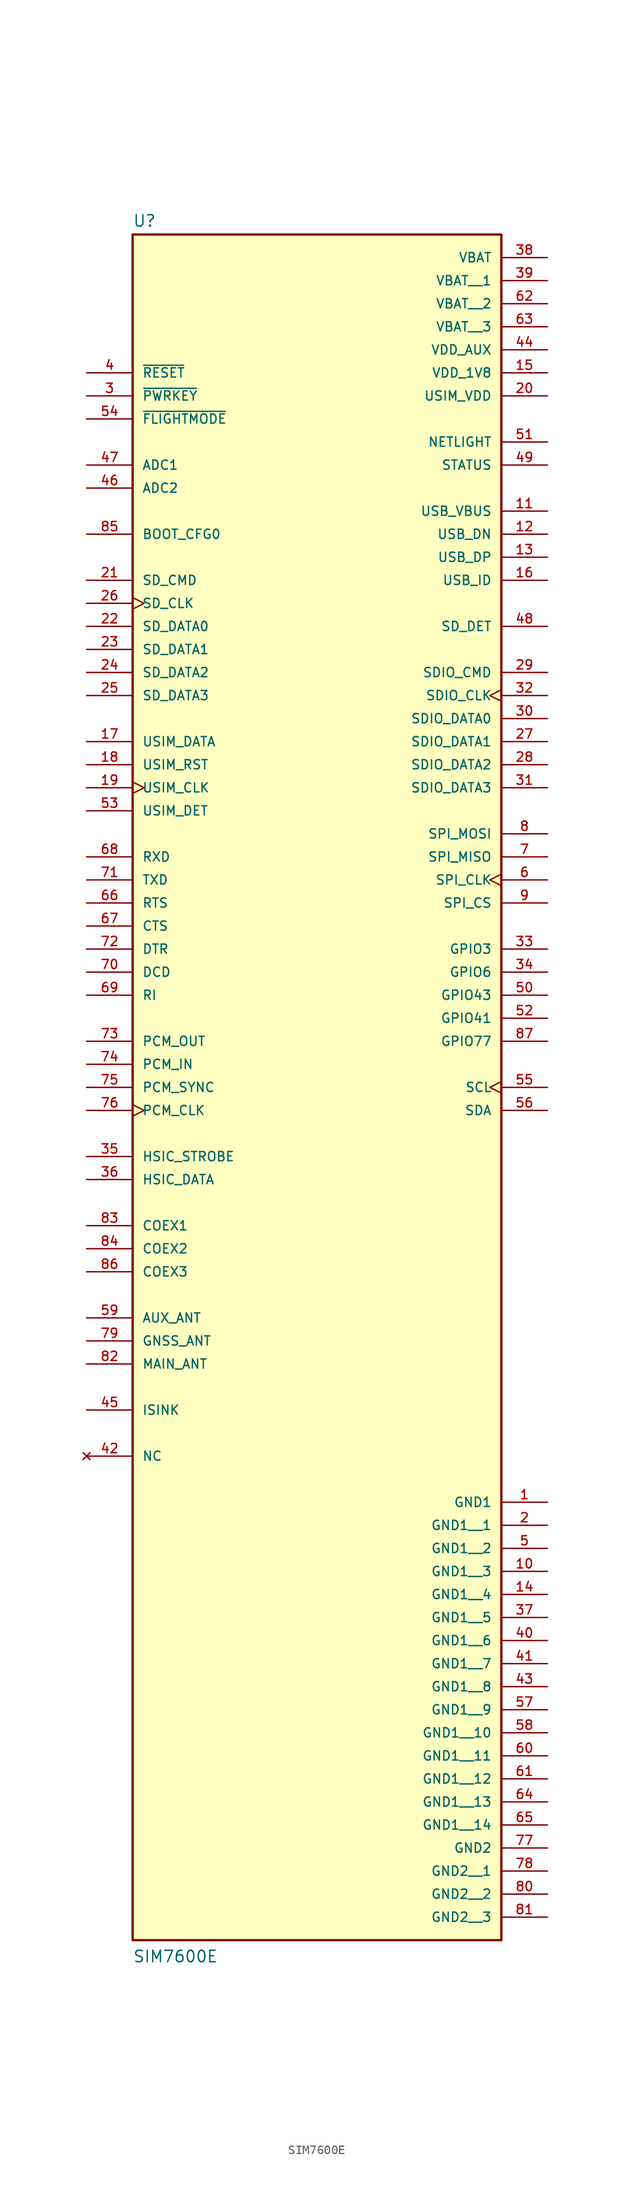
<source format=kicad_sym>
(kicad_symbol_lib
  (version 20211014)
  (generator kicad_symbol_editor)
  (symbol "SIM7600E"
    (pin_names
      (offset 1.016))
    (property "Reference" "U"
      (at -20.32 69.342 0)
      (effects (font (size 1.27 1.27)) (justify bottom left)))
    (property "Value" "SIM7600E"
      (at -20.32 -121.92 0)
      (effects (font (size 1.27 1.27)) (justify bottom left)))
    (symbol "SIM7600E_0_0"
      (rectangle (start -20.32 -119.38) (end 20.32 68.58) (stroke (width 0.254)) (fill (type background)))
      (pin power_in line (at 25.4 -109.22 180.0) (length 5.08) (name "GND2" (effects (font (size 1.016 1.016)))) (number "77" (effects (font (size 1.016 1.016)))))
      (pin power_in line (at 25.4 50.8 180.0) (length 5.08) (name "USIM_VDD" (effects (font (size 1.016 1.016)))) (number "20" (effects (font (size 1.016 1.016)))))
      (pin power_in line (at 25.4 66.04 180.0) (length 5.08) (name "VBAT" (effects (font (size 1.016 1.016)))) (number "38" (effects (font (size 1.016 1.016)))))
      (pin power_in line (at 25.4 53.34 180.0) (length 5.08) (name "VDD_1V8" (effects (font (size 1.016 1.016)))) (number "15" (effects (font (size 1.016 1.016)))))
      (pin power_in line (at 25.4 55.88 180.0) (length 5.08) (name "VDD_AUX" (effects (font (size 1.016 1.016)))) (number "44" (effects (font (size 1.016 1.016)))))
      (pin input line (at -25.4 43.18 0) (length 5.08) (name "ADC1" (effects (font (size 1.016 1.016)))) (number "47" (effects (font (size 1.016 1.016)))))
      (pin input line (at -25.4 40.64 0) (length 5.08) (name "ADC2" (effects (font (size 1.016 1.016)))) (number "46" (effects (font (size 1.016 1.016)))))
      (pin input line (at -25.4 -50.8 0) (length 5.08) (name "AUX_ANT" (effects (font (size 1.016 1.016)))) (number "59" (effects (font (size 1.016 1.016)))))
      (pin input line (at -25.4 35.56 0) (length 5.08) (name "BOOT_CFG0" (effects (font (size 1.016 1.016)))) (number "85" (effects (font (size 1.016 1.016)))))
      (pin input line (at -25.4 -7.62 0) (length 5.08) (name "CTS" (effects (font (size 1.016 1.016)))) (number "67" (effects (font (size 1.016 1.016)))))
      (pin input line (at -25.4 -10.16 0) (length 5.08) (name "DTR" (effects (font (size 1.016 1.016)))) (number "72" (effects (font (size 1.016 1.016)))))
      (pin input line (at -25.4 48.26 0) (length 5.08) (name "~{FLIGHTMODE}" (effects (font (size 1.016 1.016)))) (number "54" (effects (font (size 1.016 1.016)))))
      (pin input line (at -25.4 -53.34 0) (length 5.08) (name "GNSS_ANT" (effects (font (size 1.016 1.016)))) (number "79" (effects (font (size 1.016 1.016)))))
      (pin input line (at -25.4 -60.96 0) (length 5.08) (name "ISINK" (effects (font (size 1.016 1.016)))) (number "45" (effects (font (size 1.016 1.016)))))
      (pin input line (at -25.4 -22.86 0) (length 5.08) (name "PCM_IN" (effects (font (size 1.016 1.016)))) (number "74" (effects (font (size 1.016 1.016)))))
      (pin input line (at -25.4 50.8 0) (length 5.08) (name "~{PWRKEY}" (effects (font (size 1.016 1.016)))) (number "3" (effects (font (size 1.016 1.016)))))
      (pin input line (at -25.4 53.34 0) (length 5.08) (name "~{RESET}" (effects (font (size 1.016 1.016)))) (number "4" (effects (font (size 1.016 1.016)))))
      (pin input line (at -25.4 0.0 0) (length 5.08) (name "RXD" (effects (font (size 1.016 1.016)))) (number "68" (effects (font (size 1.016 1.016)))))
      (pin input line (at 25.4 0.0 180.0) (length 5.08) (name "SPI_MISO" (effects (font (size 1.016 1.016)))) (number "7" (effects (font (size 1.016 1.016)))))
      (pin input line (at 25.4 30.48 180.0) (length 5.08) (name "USB_ID" (effects (font (size 1.016 1.016)))) (number "16" (effects (font (size 1.016 1.016)))))
      (pin input line (at 25.4 38.1 180.0) (length 5.08) (name "USB_VBUS" (effects (font (size 1.016 1.016)))) (number "11" (effects (font (size 1.016 1.016)))))
      (pin bidirectional line (at -25.4 -40.64 0) (length 5.08) (name "COEX1" (effects (font (size 1.016 1.016)))) (number "83" (effects (font (size 1.016 1.016)))))
      (pin bidirectional line (at -25.4 -43.18 0) (length 5.08) (name "COEX2" (effects (font (size 1.016 1.016)))) (number "84" (effects (font (size 1.016 1.016)))))
      (pin bidirectional line (at -25.4 -45.72 0) (length 5.08) (name "COEX3" (effects (font (size 1.016 1.016)))) (number "86" (effects (font (size 1.016 1.016)))))
      (pin bidirectional line (at 25.4 -10.16 180.0) (length 5.08) (name "GPIO3" (effects (font (size 1.016 1.016)))) (number "33" (effects (font (size 1.016 1.016)))))
      (pin bidirectional line (at 25.4 -17.78 180.0) (length 5.08) (name "GPIO41" (effects (font (size 1.016 1.016)))) (number "52" (effects (font (size 1.016 1.016)))))
      (pin bidirectional line (at 25.4 -15.24 180.0) (length 5.08) (name "GPIO43" (effects (font (size 1.016 1.016)))) (number "50" (effects (font (size 1.016 1.016)))))
      (pin bidirectional line (at 25.4 -12.7 180.0) (length 5.08) (name "GPIO6" (effects (font (size 1.016 1.016)))) (number "34" (effects (font (size 1.016 1.016)))))
      (pin bidirectional line (at 25.4 -20.32 180.0) (length 5.08) (name "GPIO77" (effects (font (size 1.016 1.016)))) (number "87" (effects (font (size 1.016 1.016)))))
      (pin bidirectional line (at -25.4 -35.56 0) (length 5.08) (name "HSIC_DATA" (effects (font (size 1.016 1.016)))) (number "36" (effects (font (size 1.016 1.016)))))
      (pin bidirectional line (at -25.4 -55.88 0) (length 5.08) (name "MAIN_ANT" (effects (font (size 1.016 1.016)))) (number "82" (effects (font (size 1.016 1.016)))))
      (pin bidirectional line (at -25.4 25.4 0) (length 5.08) (name "SD_DATA0" (effects (font (size 1.016 1.016)))) (number "22" (effects (font (size 1.016 1.016)))))
      (pin bidirectional line (at -25.4 22.86 0) (length 5.08) (name "SD_DATA1" (effects (font (size 1.016 1.016)))) (number "23" (effects (font (size 1.016 1.016)))))
      (pin output line (at -25.4 -12.7 0) (length 5.08) (name "DCD" (effects (font (size 1.016 1.016)))) (number "70" (effects (font (size 1.016 1.016)))))
      (pin output line (at -25.4 -33.02 0) (length 5.08) (name "HSIC_STROBE" (effects (font (size 1.016 1.016)))) (number "35" (effects (font (size 1.016 1.016)))))
      (pin output line (at 25.4 45.72 180.0) (length 5.08) (name "NETLIGHT" (effects (font (size 1.016 1.016)))) (number "51" (effects (font (size 1.016 1.016)))))
      (pin output clock (at -25.4 -27.94 0) (length 5.08) (name "PCM_CLK" (effects (font (size 1.016 1.016)))) (number "76" (effects (font (size 1.016 1.016)))))
      (pin output line (at -25.4 -20.32 0) (length 5.08) (name "PCM_OUT" (effects (font (size 1.016 1.016)))) (number "73" (effects (font (size 1.016 1.016)))))
      (pin output line (at -25.4 -25.4 0) (length 5.08) (name "PCM_SYNC" (effects (font (size 1.016 1.016)))) (number "75" (effects (font (size 1.016 1.016)))))
      (pin output line (at -25.4 -15.24 0) (length 5.08) (name "RI" (effects (font (size 1.016 1.016)))) (number "69" (effects (font (size 1.016 1.016)))))
      (pin output line (at -25.4 -5.08 0) (length 5.08) (name "RTS" (effects (font (size 1.016 1.016)))) (number "66" (effects (font (size 1.016 1.016)))))
      (pin output clock (at 25.4 -25.4 180.0) (length 5.08) (name "SCL" (effects (font (size 1.016 1.016)))) (number "55" (effects (font (size 1.016 1.016)))))
      (pin output clock (at -25.4 27.94 0) (length 5.08) (name "SD_CLK" (effects (font (size 1.016 1.016)))) (number "26" (effects (font (size 1.016 1.016)))))
      (pin output line (at -25.4 30.48 0) (length 5.08) (name "SD_CMD" (effects (font (size 1.016 1.016)))) (number "21" (effects (font (size 1.016 1.016)))))
      (pin output clock (at 25.4 17.78 180.0) (length 5.08) (name "SDIO_CLK" (effects (font (size 1.016 1.016)))) (number "32" (effects (font (size 1.016 1.016)))))
      (pin output line (at 25.4 20.32 180.0) (length 5.08) (name "SDIO_CMD" (effects (font (size 1.016 1.016)))) (number "29" (effects (font (size 1.016 1.016)))))
      (pin output clock (at 25.4 -2.54 180.0) (length 5.08) (name "SPI_CLK" (effects (font (size 1.016 1.016)))) (number "6" (effects (font (size 1.016 1.016)))))
      (pin output line (at 25.4 -5.08 180.0) (length 5.08) (name "SPI_CS" (effects (font (size 1.016 1.016)))) (number "9" (effects (font (size 1.016 1.016)))))
      (pin output line (at 25.4 2.54 180.0) (length 5.08) (name "SPI_MOSI" (effects (font (size 1.016 1.016)))) (number "8" (effects (font (size 1.016 1.016)))))
      (pin output line (at 25.4 43.18 180.0) (length 5.08) (name "STATUS" (effects (font (size 1.016 1.016)))) (number "49" (effects (font (size 1.016 1.016)))))
      (pin output line (at -25.4 -2.54 0) (length 5.08) (name "TXD" (effects (font (size 1.016 1.016)))) (number "71" (effects (font (size 1.016 1.016)))))
      (pin output clock (at -25.4 7.62 0) (length 5.08) (name "USIM_CLK" (effects (font (size 1.016 1.016)))) (number "19" (effects (font (size 1.016 1.016)))))
      (pin output line (at -25.4 10.16 0) (length 5.08) (name "USIM_RST" (effects (font (size 1.016 1.016)))) (number "18" (effects (font (size 1.016 1.016)))))
      (pin bidirectional line (at -25.4 20.32 0) (length 5.08) (name "SD_DATA2" (effects (font (size 1.016 1.016)))) (number "24" (effects (font (size 1.016 1.016)))))
      (pin bidirectional line (at -25.4 17.78 0) (length 5.08) (name "SD_DATA3" (effects (font (size 1.016 1.016)))) (number "25" (effects (font (size 1.016 1.016)))))
      (pin bidirectional line (at 25.4 25.4 180.0) (length 5.08) (name "SD_DET" (effects (font (size 1.016 1.016)))) (number "48" (effects (font (size 1.016 1.016)))))
      (pin bidirectional line (at 25.4 -27.94 180.0) (length 5.08) (name "SDA" (effects (font (size 1.016 1.016)))) (number "56" (effects (font (size 1.016 1.016)))))
      (pin bidirectional line (at 25.4 15.24 180.0) (length 5.08) (name "SDIO_DATA0" (effects (font (size 1.016 1.016)))) (number "30" (effects (font (size 1.016 1.016)))))
      (pin bidirectional line (at 25.4 12.7 180.0) (length 5.08) (name "SDIO_DATA1" (effects (font (size 1.016 1.016)))) (number "27" (effects (font (size 1.016 1.016)))))
      (pin bidirectional line (at 25.4 10.16 180.0) (length 5.08) (name "SDIO_DATA2" (effects (font (size 1.016 1.016)))) (number "28" (effects (font (size 1.016 1.016)))))
      (pin bidirectional line (at 25.4 7.62 180.0) (length 5.08) (name "SDIO_DATA3" (effects (font (size 1.016 1.016)))) (number "31" (effects (font (size 1.016 1.016)))))
      (pin bidirectional line (at 25.4 35.56 180.0) (length 5.08) (name "USB_DN" (effects (font (size 1.016 1.016)))) (number "12" (effects (font (size 1.016 1.016)))))
      (pin bidirectional line (at 25.4 33.02 180.0) (length 5.08) (name "USB_DP" (effects (font (size 1.016 1.016)))) (number "13" (effects (font (size 1.016 1.016)))))
      (pin bidirectional line (at -25.4 12.7 0) (length 5.08) (name "USIM_DATA" (effects (font (size 1.016 1.016)))) (number "17" (effects (font (size 1.016 1.016)))))
      (pin bidirectional line (at -25.4 5.08 0) (length 5.08) (name "USIM_DET" (effects (font (size 1.016 1.016)))) (number "53" (effects (font (size 1.016 1.016)))))
      (pin no_connect line (at -25.4 -66.04 0) (length 5.08) (name "NC" (effects (font (size 1.016 1.016)))) (number "42" (effects (font (size 1.016 1.016)))))
      (pin power_in line (at 25.4 -71.12 180.0) (length 5.08) (name "GND1" (effects (font (size 1.016 1.016)))) (number "1" (effects (font (size 1.016 1.016)))))
      (pin power_in line (at 25.4 63.5 180.0) (length 5.08) (name "VBAT__1" (effects (font (size 1.016 1.016)))) (number "39" (effects (font (size 1.016 1.016)))))
      (pin power_in line (at 25.4 60.96 180.0) (length 5.08) (name "VBAT__2" (effects (font (size 1.016 1.016)))) (number "62" (effects (font (size 1.016 1.016)))))
      (pin power_in line (at 25.4 58.42 180.0) (length 5.08) (name "VBAT__3" (effects (font (size 1.016 1.016)))) (number "63" (effects (font (size 1.016 1.016)))))
      (pin power_in line (at 25.4 -73.66 180.0) (length 5.08) (name "GND1__1" (effects (font (size 1.016 1.016)))) (number "2" (effects (font (size 1.016 1.016)))))
      (pin power_in line (at 25.4 -76.2 180.0) (length 5.08) (name "GND1__2" (effects (font (size 1.016 1.016)))) (number "5" (effects (font (size 1.016 1.016)))))
      (pin power_in line (at 25.4 -78.74 180.0) (length 5.08) (name "GND1__3" (effects (font (size 1.016 1.016)))) (number "10" (effects (font (size 1.016 1.016)))))
      (pin power_in line (at 25.4 -81.28 180.0) (length 5.08) (name "GND1__4" (effects (font (size 1.016 1.016)))) (number "14" (effects (font (size 1.016 1.016)))))
      (pin power_in line (at 25.4 -83.82 180.0) (length 5.08) (name "GND1__5" (effects (font (size 1.016 1.016)))) (number "37" (effects (font (size 1.016 1.016)))))
      (pin power_in line (at 25.4 -86.36 180.0) (length 5.08) (name "GND1__6" (effects (font (size 1.016 1.016)))) (number "40" (effects (font (size 1.016 1.016)))))
      (pin power_in line (at 25.4 -88.9 180.0) (length 5.08) (name "GND1__7" (effects (font (size 1.016 1.016)))) (number "41" (effects (font (size 1.016 1.016)))))
      (pin power_in line (at 25.4 -91.44 180.0) (length 5.08) (name "GND1__8" (effects (font (size 1.016 1.016)))) (number "43" (effects (font (size 1.016 1.016)))))
      (pin power_in line (at 25.4 -93.98 180.0) (length 5.08) (name "GND1__9" (effects (font (size 1.016 1.016)))) (number "57" (effects (font (size 1.016 1.016)))))
      (pin power_in line (at 25.4 -96.52 180.0) (length 5.08) (name "GND1__10" (effects (font (size 1.016 1.016)))) (number "58" (effects (font (size 1.016 1.016)))))
      (pin power_in line (at 25.4 -99.06 180.0) (length 5.08) (name "GND1__11" (effects (font (size 1.016 1.016)))) (number "60" (effects (font (size 1.016 1.016)))))
      (pin power_in line (at 25.4 -101.6 180.0) (length 5.08) (name "GND1__12" (effects (font (size 1.016 1.016)))) (number "61" (effects (font (size 1.016 1.016)))))
      (pin power_in line (at 25.4 -104.14 180.0) (length 5.08) (name "GND1__13" (effects (font (size 1.016 1.016)))) (number "64" (effects (font (size 1.016 1.016)))))
      (pin power_in line (at 25.4 -106.68 180.0) (length 5.08) (name "GND1__14" (effects (font (size 1.016 1.016)))) (number "65" (effects (font (size 1.016 1.016)))))
      (pin power_in line (at 25.4 -111.76 180.0) (length 5.08) (name "GND2__1" (effects (font (size 1.016 1.016)))) (number "78" (effects (font (size 1.016 1.016)))))
      (pin power_in line (at 25.4 -114.3 180.0) (length 5.08) (name "GND2__2" (effects (font (size 1.016 1.016)))) (number "80" (effects (font (size 1.016 1.016)))))
      (pin power_in line (at 25.4 -116.84 180.0) (length 5.08) (name "GND2__3" (effects (font (size 1.016 1.016)))) (number "81" (effects (font (size 1.016 1.016))))))))
</source>
